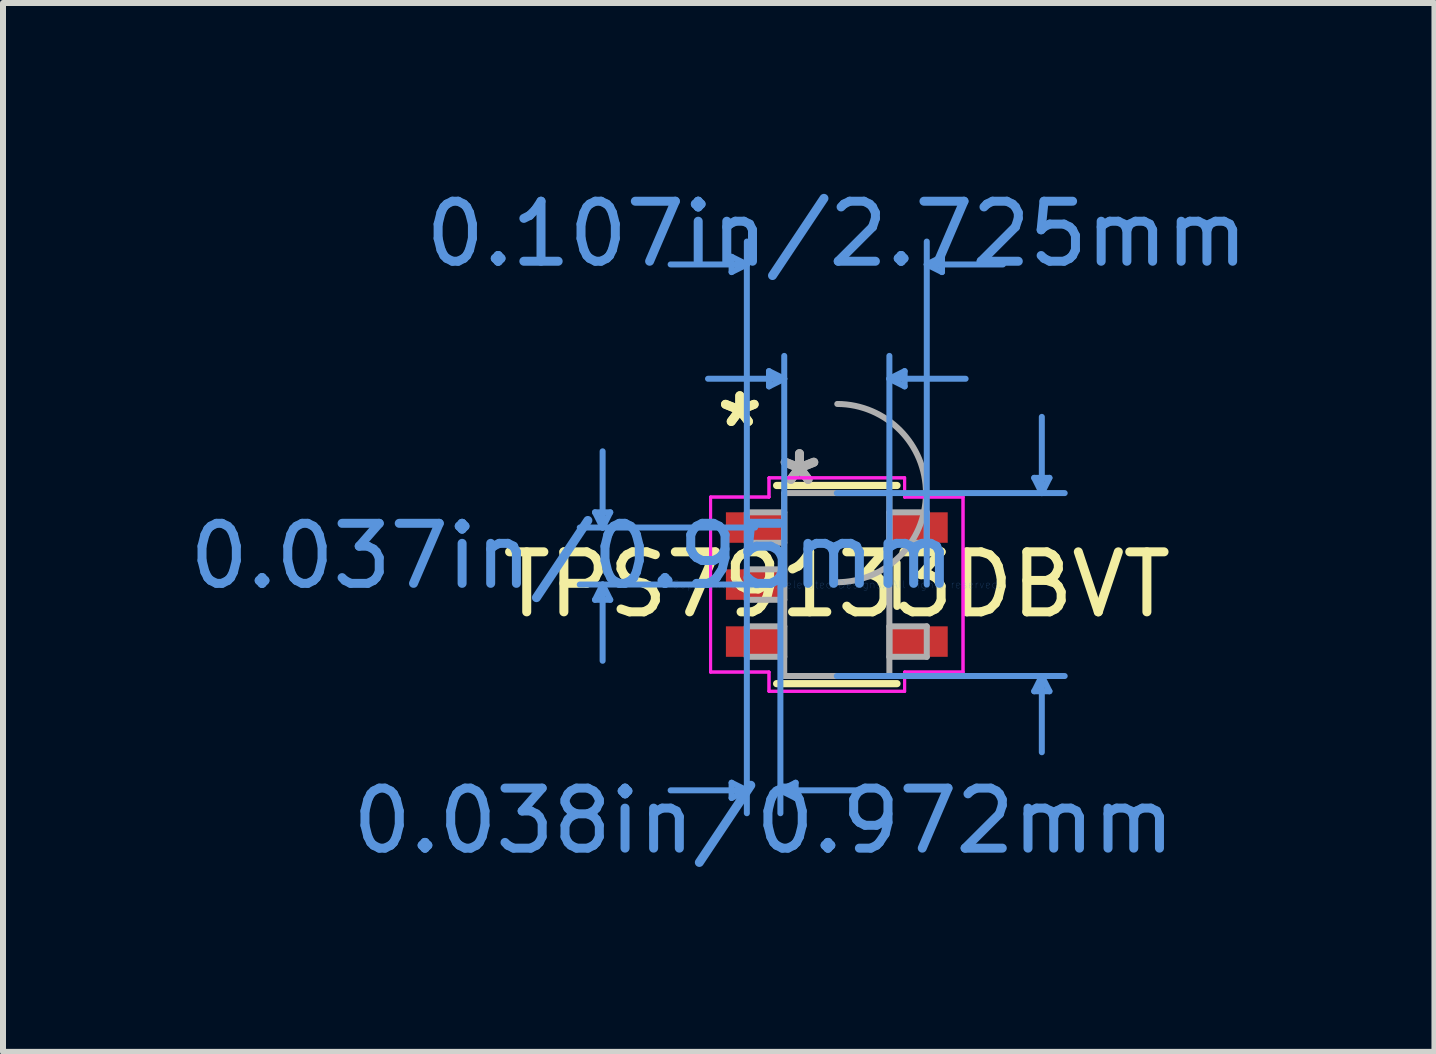
<source format=kicad_pcb>
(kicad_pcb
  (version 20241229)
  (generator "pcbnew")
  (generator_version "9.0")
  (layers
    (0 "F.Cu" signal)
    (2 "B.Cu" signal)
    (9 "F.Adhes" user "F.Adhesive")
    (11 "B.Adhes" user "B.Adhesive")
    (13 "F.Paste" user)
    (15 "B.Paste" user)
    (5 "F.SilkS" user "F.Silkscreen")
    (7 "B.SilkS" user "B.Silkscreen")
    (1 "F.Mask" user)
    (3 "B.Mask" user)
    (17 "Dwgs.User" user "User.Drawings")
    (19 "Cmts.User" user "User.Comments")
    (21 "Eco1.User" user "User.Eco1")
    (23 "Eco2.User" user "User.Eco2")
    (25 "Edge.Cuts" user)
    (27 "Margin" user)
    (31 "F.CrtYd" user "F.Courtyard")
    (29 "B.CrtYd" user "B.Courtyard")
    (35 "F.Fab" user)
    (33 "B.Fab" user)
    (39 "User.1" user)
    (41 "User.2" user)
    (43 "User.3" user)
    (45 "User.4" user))
  (footprint "TPS79133DBVT"
    (layer "F.Cu")
    (at 10.893 6.69)
    (property "Reference" "TPS79133DBVT" (at 0 0 0) (layer "F.SilkS") (effects (font (size 1 1) (thickness 0.15))))
    (attr through_hole)
    (fp_line (start -1.003 1.651) (end 1.003 1.651) (stroke (width 0.12) (type solid)) (layer "F.SilkS"))
    (fp_line (start 1.003 -1.651) (end -1.003 -1.651) (stroke (width 0.12) (type solid)) (layer "F.SilkS"))
    (fp_line (start 1.003 0.363) (end 1.003 -0.363) (stroke (width 0.12) (type solid)) (layer "F.SilkS"))
    (fp_line (start -4.029 -1.204) (end -3.775 -1.204) (stroke (width 0.1) (type solid)) (layer "Cmts.User"))
    (fp_line (start -4.029 0.254) (end -3.775 0.254) (stroke (width 0.1) (type solid)) (layer "Cmts.User"))
    (fp_line (start -3.902 -0.95) (end -4.029 -1.204) (stroke (width 0.1) (type solid)) (layer "Cmts.User"))
    (fp_line (start -3.902 -0.95) (end -3.902 -2.22) (stroke (width 0.1) (type solid)) (layer "Cmts.User"))
    (fp_line (start -3.902 -0.95) (end -3.775 -1.204) (stroke (width 0.1) (type solid)) (layer "Cmts.User"))
    (fp_line (start -3.902 0) (end -4.029 0.254) (stroke (width 0.1) (type solid)) (layer "Cmts.User"))
    (fp_line (start -3.902 0) (end -3.902 1.27) (stroke (width 0.1) (type solid)) (layer "Cmts.User"))
    (fp_line (start -3.902 0) (end -3.775 0.254) (stroke (width 0.1) (type solid)) (layer "Cmts.User"))
    (fp_line (start -1.753 -5.461) (end -1.753 -5.207) (stroke (width 0.1) (type solid)) (layer "Cmts.User"))
    (fp_line (start -1.753 3.302) (end -1.753 3.556) (stroke (width 0.1) (type solid)) (layer "Cmts.User"))
    (fp_line (start -1.499 -5.334) (end -2.769 -5.334) (stroke (width 0.1) (type solid)) (layer "Cmts.User"))
    (fp_line (start -1.499 -5.334) (end -1.753 -5.461) (stroke (width 0.1) (type solid)) (layer "Cmts.User"))
    (fp_line (start -1.499 -5.334) (end -1.753 -5.207) (stroke (width 0.1) (type solid)) (layer "Cmts.User"))
    (fp_line (start -1.499 0) (end -1.499 -5.715) (stroke (width 0.1) (type solid)) (layer "Cmts.User"))
    (fp_line (start -1.499 0) (end -1.499 3.81) (stroke (width 0.1) (type solid)) (layer "Cmts.User"))
    (fp_line (start -1.499 3.429) (end -2.769 3.429) (stroke (width 0.1) (type solid)) (layer "Cmts.User"))
    (fp_line (start -1.499 3.429) (end -1.753 3.302) (stroke (width 0.1) (type solid)) (layer "Cmts.User"))
    (fp_line (start -1.499 3.429) (end -1.753 3.556) (stroke (width 0.1) (type solid)) (layer "Cmts.User"))
    (fp_line (start -1.362 -0.95) (end -4.283 -0.95) (stroke (width 0.1) (type solid)) (layer "Cmts.User"))
    (fp_line (start -1.362 0) (end -4.283 0) (stroke (width 0.1) (type solid)) (layer "Cmts.User"))
    (fp_line (start -1.13 -3.556) (end -1.13 -3.302) (stroke (width 0.1) (type solid)) (layer "Cmts.User"))
    (fp_line (start -0.94 0) (end -0.94 3.81) (stroke (width 0.1) (type solid)) (layer "Cmts.User"))
    (fp_line (start -0.94 3.429) (end -0.686 3.302) (stroke (width 0.1) (type solid)) (layer "Cmts.User"))
    (fp_line (start -0.94 3.429) (end -0.686 3.556) (stroke (width 0.1) (type solid)) (layer "Cmts.User"))
    (fp_line (start -0.94 3.429) (end 0.33 3.429) (stroke (width 0.1) (type solid)) (layer "Cmts.User"))
    (fp_line (start -0.876 -3.429) (end -2.146 -3.429) (stroke (width 0.1) (type solid)) (layer "Cmts.User"))
    (fp_line (start -0.876 -3.429) (end -1.13 -3.556) (stroke (width 0.1) (type solid)) (layer "Cmts.User"))
    (fp_line (start -0.876 -3.429) (end -1.13 -3.302) (stroke (width 0.1) (type solid)) (layer "Cmts.User"))
    (fp_line (start -0.876 0) (end -0.876 -3.81) (stroke (width 0.1) (type solid)) (layer "Cmts.User"))
    (fp_line (start -0.686 3.302) (end -0.686 3.556) (stroke (width 0.1) (type solid)) (layer "Cmts.User"))
    (fp_line (start 0 -1.524) (end 3.797 -1.524) (stroke (width 0.1) (type solid)) (layer "Cmts.User"))
    (fp_line (start 0 1.524) (end 3.797 1.524) (stroke (width 0.1) (type solid)) (layer "Cmts.User"))
    (fp_line (start 0.876 -3.429) (end 1.13 -3.556) (stroke (width 0.1) (type solid)) (layer "Cmts.User"))
    (fp_line (start 0.876 -3.429) (end 1.13 -3.302) (stroke (width 0.1) (type solid)) (layer "Cmts.User"))
    (fp_line (start 0.876 -3.429) (end 2.146 -3.429) (stroke (width 0.1) (type solid)) (layer "Cmts.User"))
    (fp_line (start 0.876 0) (end 0.876 -3.81) (stroke (width 0.1) (type solid)) (layer "Cmts.User"))
    (fp_line (start 1.13 -3.556) (end 1.13 -3.302) (stroke (width 0.1) (type solid)) (layer "Cmts.User"))
    (fp_line (start 1.499 -5.334) (end 1.753 -5.461) (stroke (width 0.1) (type solid)) (layer "Cmts.User"))
    (fp_line (start 1.499 -5.334) (end 1.753 -5.207) (stroke (width 0.1) (type solid)) (layer "Cmts.User"))
    (fp_line (start 1.499 -5.334) (end 2.769 -5.334) (stroke (width 0.1) (type solid)) (layer "Cmts.User"))
    (fp_line (start 1.499 0) (end 1.499 -5.715) (stroke (width 0.1) (type solid)) (layer "Cmts.User"))
    (fp_line (start 1.753 -5.461) (end 1.753 -5.207) (stroke (width 0.1) (type solid)) (layer "Cmts.User"))
    (fp_line (start 3.289 -1.778) (end 3.543 -1.778) (stroke (width 0.1) (type solid)) (layer "Cmts.User"))
    (fp_line (start 3.289 1.778) (end 3.543 1.778) (stroke (width 0.1) (type solid)) (layer "Cmts.User"))
    (fp_line (start 3.416 -1.524) (end 3.289 -1.778) (stroke (width 0.1) (type solid)) (layer "Cmts.User"))
    (fp_line (start 3.416 -1.524) (end 3.416 -2.794) (stroke (width 0.1) (type solid)) (layer "Cmts.User"))
    (fp_line (start 3.416 -1.524) (end 3.543 -1.778) (stroke (width 0.1) (type solid)) (layer "Cmts.User"))
    (fp_line (start 3.416 1.524) (end 3.289 1.778) (stroke (width 0.1) (type solid)) (layer "Cmts.User"))
    (fp_line (start 3.416 1.524) (end 3.416 2.794) (stroke (width 0.1) (type solid)) (layer "Cmts.User"))
    (fp_line (start 3.416 1.524) (end 3.543 1.778) (stroke (width 0.1) (type solid)) (layer "Cmts.User"))
    (fp_line (start -2.103 -1.458) (end -1.13 -1.458) (stroke (width 0.05) (type solid)) (layer "F.CrtYd"))
    (fp_line (start -2.103 -1.458) (end -1.13 -1.458) (stroke (width 0.05) (type solid)) (layer "F.CrtYd"))
    (fp_line (start -2.103 1.458) (end -2.103 -1.458) (stroke (width 0.05) (type solid)) (layer "F.CrtYd"))
    (fp_line (start -2.103 1.458) (end -2.103 -1.458) (stroke (width 0.05) (type solid)) (layer "F.CrtYd"))
    (fp_line (start -1.13 -1.778) (end 1.13 -1.778) (stroke (width 0.05) (type solid)) (layer "F.CrtYd"))
    (fp_line (start -1.13 -1.778) (end 1.13 -1.778) (stroke (width 0.05) (type solid)) (layer "F.CrtYd"))
    (fp_line (start -1.13 -1.458) (end -1.13 -1.778) (stroke (width 0.05) (type solid)) (layer "F.CrtYd"))
    (fp_line (start -1.13 -1.458) (end -1.13 -1.778) (stroke (width 0.05) (type solid)) (layer "F.CrtYd"))
    (fp_line (start -1.13 1.458) (end -2.103 1.458) (stroke (width 0.05) (type solid)) (layer "F.CrtYd"))
    (fp_line (start -1.13 1.458) (end -2.103 1.458) (stroke (width 0.05) (type solid)) (layer "F.CrtYd"))
    (fp_line (start -1.13 1.778) (end -1.13 1.458) (stroke (width 0.05) (type solid)) (layer "F.CrtYd"))
    (fp_line (start -1.13 1.778) (end -1.13 1.458) (stroke (width 0.05) (type solid)) (layer "F.CrtYd"))
    (fp_line (start 1.13 -1.778) (end 1.13 -1.458) (stroke (width 0.05) (type solid)) (layer "F.CrtYd"))
    (fp_line (start 1.13 -1.778) (end 1.13 -1.458) (stroke (width 0.05) (type solid)) (layer "F.CrtYd"))
    (fp_line (start 1.13 -1.458) (end 2.103 -1.458) (stroke (width 0.05) (type solid)) (layer "F.CrtYd"))
    (fp_line (start 1.13 -1.458) (end 2.103 -1.458) (stroke (width 0.05) (type solid)) (layer "F.CrtYd"))
    (fp_line (start 1.13 1.458) (end 1.13 1.778) (stroke (width 0.05) (type solid)) (layer "F.CrtYd"))
    (fp_line (start 1.13 1.458) (end 1.13 1.778) (stroke (width 0.05) (type solid)) (layer "F.CrtYd"))
    (fp_line (start 1.13 1.778) (end -1.13 1.778) (stroke (width 0.05) (type solid)) (layer "F.CrtYd"))
    (fp_line (start 1.13 1.778) (end -1.13 1.778) (stroke (width 0.05) (type solid)) (layer "F.CrtYd"))
    (fp_line (start 2.103 -1.458) (end 2.103 1.458) (stroke (width 0.05) (type solid)) (layer "F.CrtYd"))
    (fp_line (start 2.103 -1.458) (end 2.103 1.458) (stroke (width 0.05) (type solid)) (layer "F.CrtYd"))
    (fp_line (start 2.103 1.458) (end 1.13 1.458) (stroke (width 0.05) (type solid)) (layer "F.CrtYd"))
    (fp_line (start 2.103 1.458) (end 1.13 1.458) (stroke (width 0.05) (type solid)) (layer "F.CrtYd"))
    (fp_line (start -1.499 -1.204) (end -1.499 -0.696) (stroke (width 0.1) (type solid)) (layer "F.Fab"))
    (fp_line (start -1.499 -0.696) (end -0.876 -0.696) (stroke (width 0.1) (type solid)) (layer "F.Fab"))
    (fp_line (start -1.499 -0.254) (end -1.499 0.254) (stroke (width 0.1) (type solid)) (layer "F.Fab"))
    (fp_line (start -1.499 0.254) (end -0.876 0.254) (stroke (width 0.1) (type solid)) (layer "F.Fab"))
    (fp_line (start -1.499 0.696) (end -1.499 1.204) (stroke (width 0.1) (type solid)) (layer "F.Fab"))
    (fp_line (start -1.499 1.204) (end -0.876 1.204) (stroke (width 0.1) (type solid)) (layer "F.Fab"))
    (fp_line (start -0.876 -1.524) (end -0.876 1.524) (stroke (width 0.1) (type solid)) (layer "F.Fab"))
    (fp_line (start -0.876 -1.204) (end -1.499 -1.204) (stroke (width 0.1) (type solid)) (layer "F.Fab"))
    (fp_line (start -0.876 -0.696) (end -0.876 -1.204) (stroke (width 0.1) (type solid)) (layer "F.Fab"))
    (fp_line (start -0.876 -0.254) (end -1.499 -0.254) (stroke (width 0.1) (type solid)) (layer "F.Fab"))
    (fp_line (start -0.876 0.254) (end -0.876 -0.254) (stroke (width 0.1) (type solid)) (layer "F.Fab"))
    (fp_line (start -0.876 0.696) (end -1.499 0.696) (stroke (width 0.1) (type solid)) (layer "F.Fab"))
    (fp_line (start -0.876 1.204) (end -0.876 0.696) (stroke (width 0.1) (type solid)) (layer "F.Fab"))
    (fp_line (start -0.876 1.524) (end 0.876 1.524) (stroke (width 0.1) (type solid)) (layer "F.Fab"))
    (fp_line (start 0.876 -1.524) (end -0.876 -1.524) (stroke (width 0.1) (type solid)) (layer "F.Fab"))
    (fp_line (start 0.876 -1.204) (end 0.876 -0.696) (stroke (width 0.1) (type solid)) (layer "F.Fab"))
    (fp_line (start 0.876 -0.696) (end 1.499 -0.696) (stroke (width 0.1) (type solid)) (layer "F.Fab"))
    (fp_line (start 0.876 0.696) (end 0.876 1.204) (stroke (width 0.1) (type solid)) (layer "F.Fab"))
    (fp_line (start 0.876 1.204) (end 1.499 1.204) (stroke (width 0.1) (type solid)) (layer "F.Fab"))
    (fp_line (start 0.876 1.524) (end 0.876 -1.524) (stroke (width 0.1) (type solid)) (layer "F.Fab"))
    (fp_line (start 1.499 -1.204) (end 0.876 -1.204) (stroke (width 0.1) (type solid)) (layer "F.Fab"))
    (fp_line (start 1.499 -0.696) (end 1.499 -1.204) (stroke (width 0.1) (type solid)) (layer "F.Fab"))
    (fp_line (start 1.499 0.696) (end 0.876 0.696) (stroke (width 0.1) (type solid)) (layer "F.Fab"))
    (fp_line (start 1.499 1.204) (end 1.499 0.696) (stroke (width 0.1) (type solid)) (layer "F.Fab"))
    (fp_arc (start 0.007742 -3.00929) (mid 1.48529 -1.516258) (end -0.007742 -0.03871) (stroke (width 0.1) (type solid)) (layer "F.Fab"))
    (fp_text user "*" (at -1.616 -2.601 0) (layer "F.SilkS") (effects (font (size 1 1) (thickness 0.15))))
    (fp_text user "*" (at -1.616 -2.601 0) (layer "F.SilkS") (effects (font (size 1 1) (thickness 0.15))))
    (fp_text user "0.107in/2.725mm" (at 0 -5.842 0) (layer "Cmts.User") (effects (font (size 1 1) (thickness 0.15))))
    (fp_text user "0.038in/0.972mm" (at -1.219 3.937 0) (layer "Cmts.User") (effects (font (size 1 1) (thickness 0.15))))
    (fp_text user "0.037in/0.95mm" (at -4.41 -0.475 0) (layer "Cmts.User") (effects (font (size 1 1) (thickness 0.15))))
    (fp_text user "Copyright 2021 Accelerated Designs. All rights reserved." (at 0 0 0) (layer "Cmts.User") (effects (font (size 0.127 0.127) (thickness 0.002))))
    (fp_text user "*" (at -0.622 -1.636 0) (layer "F.Fab") (effects (font (size 1 1) (thickness 0.15))))
    (fp_text user "*" (at -0.622 -1.636 0) (layer "F.Fab") (effects (font (size 1 1) (thickness 0.15))))
    (pad "1" smd rect (at -1.362 -0.95) (size 0.972 0.508) (layers "F.Cu" "F.Mask" "F.Paste"))
    (pad "2" smd rect (at -1.362 0) (size 0.972 0.508) (layers "F.Cu" "F.Mask" "F.Paste"))
    (pad "3" smd rect (at -1.362 0.95) (size 0.972 0.508) (layers "F.Cu" "F.Mask" "F.Paste"))
    (pad "4" smd rect (at 1.362 0.95) (size 0.972 0.508) (layers "F.Cu" "F.Mask" "F.Paste"))
    (pad "5" smd rect (at 1.362 -0.95) (size 0.972 0.508) (layers "F.Cu" "F.Mask" "F.Paste")))
  (gr_rect
    (start -3 -3)
    (end 20.851 14.476)
    (stroke (width 0.1) (type default))
    (fill no)
    (layer "Edge.Cuts")))
</source>
